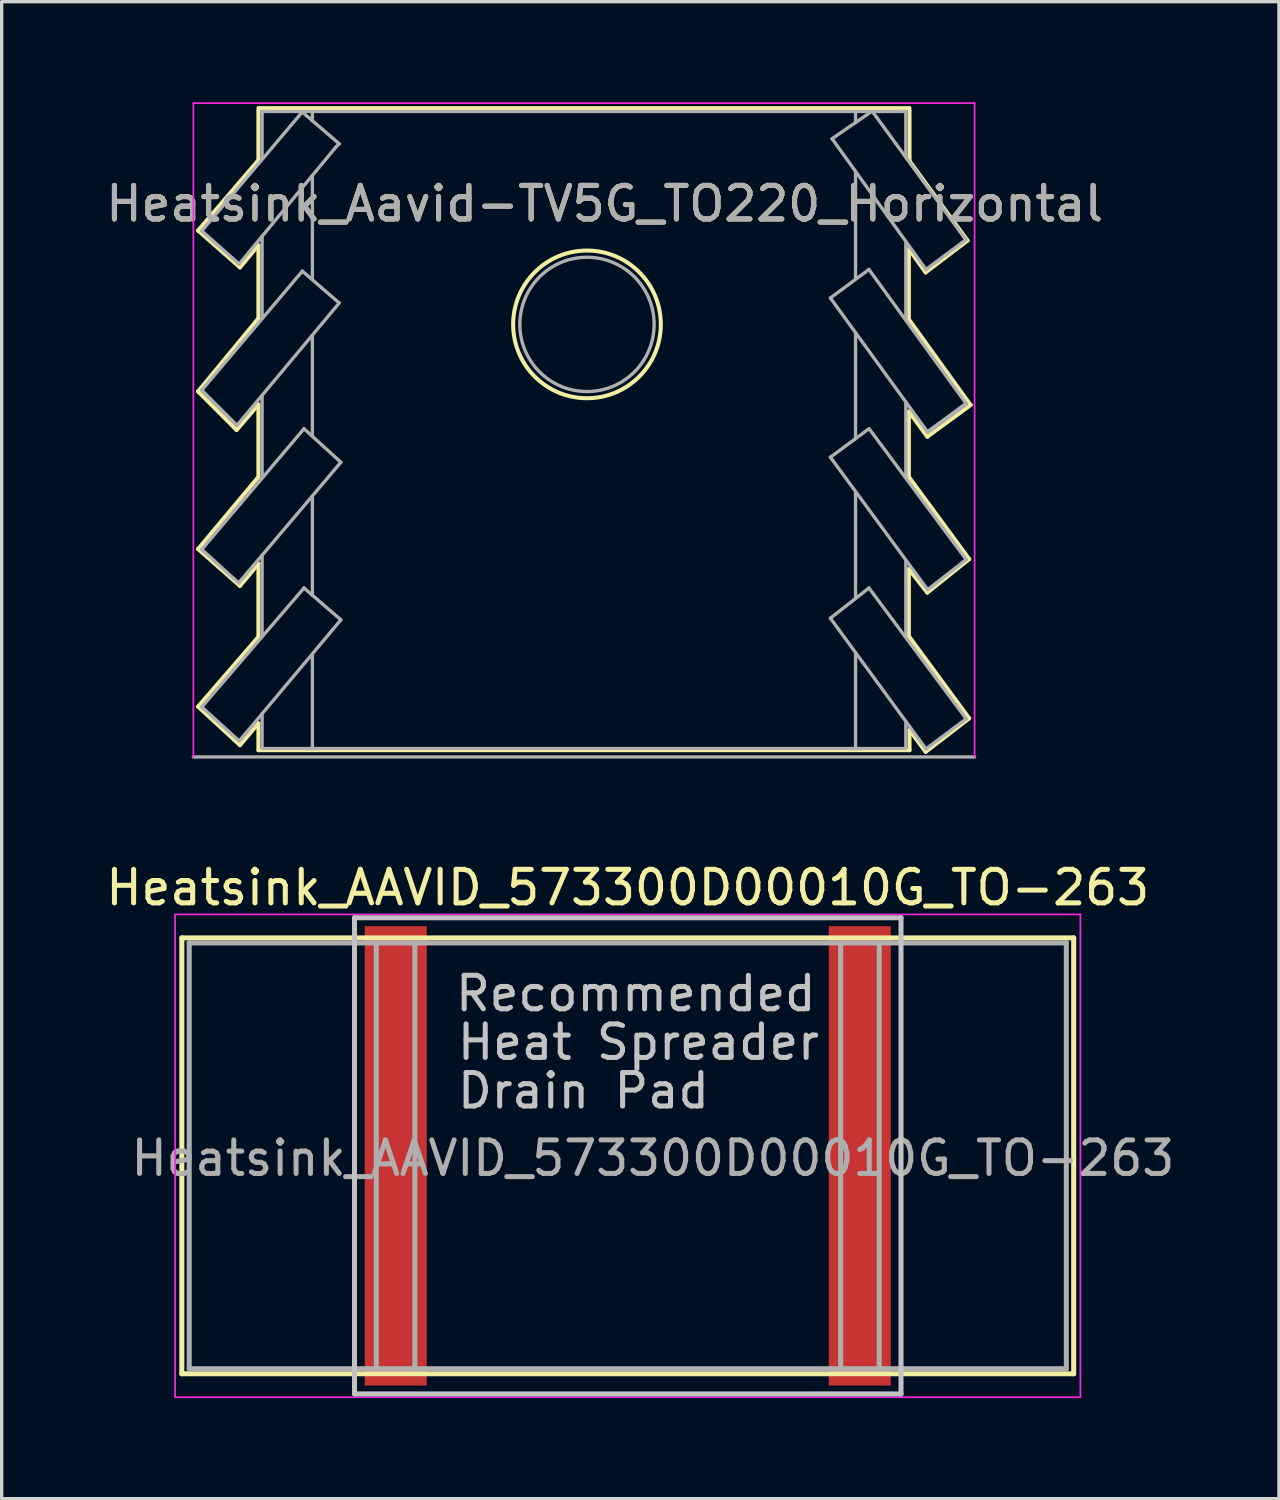
<source format=kicad_pcb>
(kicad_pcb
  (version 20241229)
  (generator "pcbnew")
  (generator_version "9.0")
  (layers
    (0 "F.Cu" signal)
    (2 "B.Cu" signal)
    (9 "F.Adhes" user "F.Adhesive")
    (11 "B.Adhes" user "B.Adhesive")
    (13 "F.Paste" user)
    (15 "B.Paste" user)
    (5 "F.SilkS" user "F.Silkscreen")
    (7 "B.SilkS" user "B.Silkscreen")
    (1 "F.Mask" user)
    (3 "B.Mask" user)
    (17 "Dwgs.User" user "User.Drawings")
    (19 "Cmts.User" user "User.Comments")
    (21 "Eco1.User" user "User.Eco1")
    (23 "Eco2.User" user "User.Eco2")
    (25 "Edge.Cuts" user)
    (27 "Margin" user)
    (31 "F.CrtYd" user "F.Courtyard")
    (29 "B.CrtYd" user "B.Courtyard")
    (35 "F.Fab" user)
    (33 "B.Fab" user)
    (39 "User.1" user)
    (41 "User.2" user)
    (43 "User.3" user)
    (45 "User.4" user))
  (footprint "Heatsink_Aavid-TV5G_TO220_Horizontal"
    (layer "F.Cu")
    (at 14.367 6.625)
    (property "Reference" "Heatsink_Aavid-TV5G_TO220_Horizontal" (at 0.615 -3.6 0) (layer "F.SilkS") (effects (font (size 1 1) (thickness 0.15))))
    (attr through_hole)
    (fp_line (start -11.51 -2.8) (end -9.7 -4.91) (stroke (width 0.12) (type solid)) (layer "F.SilkS"))
    (fp_line (start -11.51 2) (end -9.71 -0.18) (stroke (width 0.12) (type solid)) (layer "F.SilkS"))
    (fp_line (start -11.51 6.7) (end -9.71 4.55) (stroke (width 0.12) (type solid)) (layer "F.SilkS"))
    (fp_line (start -11.51 11.4) (end -9.71 9.32) (stroke (width 0.12) (type solid)) (layer "F.SilkS"))
    (fp_line (start -10.36 3.15) (end -11.51 2) (stroke (width 0.12) (type solid)) (layer "F.SilkS"))
    (fp_line (start -10.26 -1.7) (end -11.51 -2.8) (stroke (width 0.12) (type solid)) (layer "F.SilkS"))
    (fp_line (start -10.26 7.8) (end -11.51 6.7) (stroke (width 0.12) (type solid)) (layer "F.SilkS"))
    (fp_line (start -10.26 12.55) (end -11.51 11.4) (stroke (width 0.12) (type solid)) (layer "F.SilkS"))
    (fp_line (start -9.71 -4.94) (end -9.71 -6.45) (stroke (width 0.12) (type solid)) (layer "F.SilkS"))
    (fp_line (start -9.71 -2.36) (end -10.26 -1.7) (stroke (width 0.12) (type solid)) (layer "F.SilkS"))
    (fp_line (start -9.71 -0.19) (end -9.71 -2.35) (stroke (width 0.12) (type solid)) (layer "F.SilkS"))
    (fp_line (start -9.71 2.39) (end -10.36 3.15) (stroke (width 0.12) (type solid)) (layer "F.SilkS"))
    (fp_line (start -9.71 4.54) (end -9.71 2.39) (stroke (width 0.12) (type solid)) (layer "F.SilkS"))
    (fp_line (start -9.71 7.14) (end -10.26 7.8) (stroke (width 0.12) (type solid)) (layer "F.SilkS"))
    (fp_line (start -9.71 9.32) (end -9.71 7.15) (stroke (width 0.12) (type solid)) (layer "F.SilkS"))
    (fp_line (start -9.71 11.9) (end -10.26 12.55) (stroke (width 0.12) (type solid)) (layer "F.SilkS"))
    (fp_line (start -9.71 12.7) (end -9.71 11.9) (stroke (width 0.12) (type solid)) (layer "F.SilkS"))
    (fp_line (start -9.69 -6.45) (end 9.69 -6.45) (stroke (width 0.12) (type solid)) (layer "F.SilkS"))
    (fp_line (start 9.69 -4.9) (end 11.44 -2.5) (stroke (width 0.12) (type solid)) (layer "F.SilkS"))
    (fp_line (start 9.69 -2.25) (end 9.69 -0.15) (stroke (width 0.12) (type solid)) (layer "F.SilkS"))
    (fp_line (start 9.69 -0.15) (end 11.49 2.35) (stroke (width 0.12) (type solid)) (layer "F.SilkS"))
    (fp_line (start 9.69 2.6) (end 9.69 4.55) (stroke (width 0.12) (type solid)) (layer "F.SilkS"))
    (fp_line (start 9.69 4.55) (end 11.49 7) (stroke (width 0.12) (type solid)) (layer "F.SilkS"))
    (fp_line (start 9.69 7.3) (end 9.69 9.3) (stroke (width 0.12) (type solid)) (layer "F.SilkS"))
    (fp_line (start 9.69 9.3) (end 11.49 11.75) (stroke (width 0.12) (type solid)) (layer "F.SilkS"))
    (fp_line (start 9.71 -6.45) (end 9.71 -4.9) (stroke (width 0.12) (type solid)) (layer "F.SilkS"))
    (fp_line (start 9.71 12.1) (end 9.71 12.7) (stroke (width 0.12) (type solid)) (layer "F.SilkS"))
    (fp_line (start 9.71 12.7) (end -9.71 12.7) (stroke (width 0.12) (type solid)) (layer "F.SilkS"))
    (fp_line (start 10.19 -1.55) (end 9.69 -2.25) (stroke (width 0.12) (type solid)) (layer "F.SilkS"))
    (fp_line (start 10.19 12.75) (end 9.71 12.1) (stroke (width 0.12) (type solid)) (layer "F.SilkS"))
    (fp_line (start 10.24 3.35) (end 9.69 2.6) (stroke (width 0.12) (type solid)) (layer "F.SilkS"))
    (fp_line (start 10.24 8) (end 9.69 7.3) (stroke (width 0.12) (type solid)) (layer "F.SilkS"))
    (fp_line (start 11.44 -2.5) (end 10.19 -1.55) (stroke (width 0.12) (type solid)) (layer "F.SilkS"))
    (fp_line (start 11.49 7) (end 10.24 8) (stroke (width 0.12) (type solid)) (layer "F.SilkS"))
    (fp_line (start 11.49 11.75) (end 10.19 12.75) (stroke (width 0.12) (type solid)) (layer "F.SilkS"))
    (fp_line (start 11.54 2.4) (end 10.24 3.35) (stroke (width 0.12) (type solid)) (layer "F.SilkS"))
    (fp_circle (center 0.09 0) (end 2.29 -0.1) (stroke (width 0.12) (type solid)) (fill no) (layer "F.SilkS"))
    (fp_line (start -11.65 -6.6) (end -11.65 12.9) (stroke (width 0.05) (type solid)) (layer "F.CrtYd"))
    (fp_line (start 11.65 -6.6) (end -11.65 -6.6) (stroke (width 0.05) (type solid)) (layer "F.CrtYd"))
    (fp_line (start 11.65 12.9) (end 11.65 -6.6) (stroke (width 0.05) (type solid)) (layer "F.CrtYd"))
    (fp_line (start -11.65 12.9) (end 11.65 12.9) (stroke (width 0.1) (type solid)) (layer "F.Fab"))
    (fp_line (start -11.4 -2.788) (end -10.285 -1.8) (stroke (width 0.1) (type solid)) (layer "F.Fab"))
    (fp_line (start -11.4 1.962) (end -10.35 3.012) (stroke (width 0.1) (type solid)) (layer "F.Fab"))
    (fp_line (start -11.4 1.962) (end -8.4 -1.588) (stroke (width 0.1) (type solid)) (layer "F.Fab"))
    (fp_line (start -11.4 6.712) (end -8.35 3.112) (stroke (width 0.1) (type solid)) (layer "F.Fab"))
    (fp_line (start -11.4 11.412) (end -10.285 12.425) (stroke (width 0.1) (type solid)) (layer "F.Fab"))
    (fp_line (start -11.4 11.412) (end -8.35 7.862) (stroke (width 0.1) (type solid)) (layer "F.Fab"))
    (fp_line (start -10.35 3.012) (end -7.3 -0.638) (stroke (width 0.1) (type solid)) (layer "F.Fab"))
    (fp_line (start -10.3 7.712) (end -11.4 6.712) (stroke (width 0.1) (type solid)) (layer "F.Fab"))
    (fp_line (start -10.285 -1.8) (end -7.4 -5.288) (stroke (width 0.1) (type solid)) (layer "F.Fab"))
    (fp_line (start -9.6 -6.35) (end -9.6 -4.95) (stroke (width 0.1) (type solid)) (layer "F.Fab"))
    (fp_line (start -9.6 -2.63) (end -9.6 -0.18) (stroke (width 0.1) (type solid)) (layer "F.Fab"))
    (fp_line (start -9.6 2.13) (end -9.6 4.56) (stroke (width 0.1) (type solid)) (layer "F.Fab"))
    (fp_line (start -9.6 6.88) (end -9.6 9.3) (stroke (width 0.1) (type solid)) (layer "F.Fab"))
    (fp_line (start -9.6 11.61) (end -9.6 12.65) (stroke (width 0.1) (type solid)) (layer "F.Fab"))
    (fp_line (start -9.6 12.65) (end 9.6 12.65) (stroke (width 0.1) (type solid)) (layer "F.Fab"))
    (fp_line (start -8.4 -6.338) (end -11.4 -2.788) (stroke (width 0.1) (type solid)) (layer "F.Fab"))
    (fp_line (start -8.35 -6.288) (end -7.3 -5.388) (stroke (width 0.1) (type solid)) (layer "F.Fab"))
    (fp_line (start -8.35 3.112) (end -7.25 4.112) (stroke (width 0.1) (type solid)) (layer "F.Fab"))
    (fp_line (start -8.35 7.862) (end -7.25 8.812) (stroke (width 0.1) (type solid)) (layer "F.Fab"))
    (fp_line (start -8.1 -6.338) (end -8.1 -6.07) (stroke (width 0.1) (type solid)) (layer "F.Fab"))
    (fp_line (start -8.1 -4.44) (end -8.1 -1.35) (stroke (width 0.1) (type solid)) (layer "F.Fab"))
    (fp_line (start -8.1 0.34) (end -8.1 3.33) (stroke (width 0.1) (type solid)) (layer "F.Fab"))
    (fp_line (start -8.1 5.13) (end -8.1 8.08) (stroke (width 0.1) (type solid)) (layer "F.Fab"))
    (fp_line (start -8.1 9.86) (end -8.1 12.65) (stroke (width 0.1) (type solid)) (layer "F.Fab"))
    (fp_line (start -7.3 -5.388) (end -7.4 -5.288) (stroke (width 0.1) (type solid)) (layer "F.Fab"))
    (fp_line (start -7.3 -0.638) (end -8.4 -1.588) (stroke (width 0.1) (type solid)) (layer "F.Fab"))
    (fp_line (start -7.25 4.112) (end -10.3 7.712) (stroke (width 0.1) (type solid)) (layer "F.Fab"))
    (fp_line (start -7.25 8.812) (end -10.26 12.4) (stroke (width 0.1) (type solid)) (layer "F.Fab"))
    (fp_line (start 7.35 -0.788) (end 8.5 -1.638) (stroke (width 0.1) (type solid)) (layer "F.Fab"))
    (fp_line (start 7.35 3.962) (end 8.5 3.112) (stroke (width 0.1) (type solid)) (layer "F.Fab"))
    (fp_line (start 7.35 8.762) (end 10.2 12.662) (stroke (width 0.1) (type solid)) (layer "F.Fab"))
    (fp_line (start 7.4 -5.538) (end 10.2 -1.638) (stroke (width 0.1) (type solid)) (layer "F.Fab"))
    (fp_line (start 8.1 -6.35) (end 8.1 -6.03) (stroke (width 0.1) (type solid)) (layer "F.Fab"))
    (fp_line (start 8.1 -4.538) (end 8.1 -1.388) (stroke (width 0.1) (type solid)) (layer "F.Fab"))
    (fp_line (start 8.1 0.262) (end 8.1 3.412) (stroke (width 0.1) (type solid)) (layer "F.Fab"))
    (fp_line (start 8.1 5.012) (end 8.1 8.162) (stroke (width 0.1) (type solid)) (layer "F.Fab"))
    (fp_line (start 8.1 9.812) (end 8.1 12.612) (stroke (width 0.1) (type solid)) (layer "F.Fab"))
    (fp_line (start 8.5 -1.638) (end 11.4 2.362) (stroke (width 0.1) (type solid)) (layer "F.Fab"))
    (fp_line (start 8.5 7.862) (end 7.35 8.762) (stroke (width 0.1) (type solid)) (layer "F.Fab"))
    (fp_line (start 8.515 3.125) (end 11.4 7.012) (stroke (width 0.1) (type solid)) (layer "F.Fab"))
    (fp_line (start 8.55 -6.33) (end 7.4 -5.538) (stroke (width 0.1) (type solid)) (layer "F.Fab"))
    (fp_line (start 9.6 -6.35) (end -9.6 -6.35) (stroke (width 0.1) (type solid)) (layer "F.Fab"))
    (fp_line (start 9.6 -6.338) (end 9.6 -4.98) (stroke (width 0.1) (type solid)) (layer "F.Fab"))
    (fp_line (start 9.6 -2.438) (end 9.6 -0.138) (stroke (width 0.1) (type solid)) (layer "F.Fab"))
    (fp_line (start 9.6 2.312) (end 9.6 4.562) (stroke (width 0.1) (type solid)) (layer "F.Fab"))
    (fp_line (start 9.6 7.062) (end 9.6 9.312) (stroke (width 0.1) (type solid)) (layer "F.Fab"))
    (fp_line (start 9.6 11.862) (end 9.6 12.612) (stroke (width 0.1) (type solid)) (layer "F.Fab"))
    (fp_line (start 10.2 -1.638) (end 11.39 -2.525) (stroke (width 0.1) (type solid)) (layer "F.Fab"))
    (fp_line (start 10.2 12.662) (end 11.4 11.762) (stroke (width 0.1) (type solid)) (layer "F.Fab"))
    (fp_line (start 10.25 3.212) (end 7.35 -0.788) (stroke (width 0.1) (type solid)) (layer "F.Fab"))
    (fp_line (start 10.25 7.912) (end 7.35 3.962) (stroke (width 0.1) (type solid)) (layer "F.Fab"))
    (fp_line (start 11.39 -2.525) (end 8.61 -6.34) (stroke (width 0.1) (type solid)) (layer "F.Fab"))
    (fp_line (start 11.39 2.375) (end 10.25 3.212) (stroke (width 0.12) (type solid)) (layer "F.Fab"))
    (fp_line (start 11.4 7.012) (end 10.25 7.912) (stroke (width 0.1) (type solid)) (layer "F.Fab"))
    (fp_line (start 11.4 11.762) (end 8.5 7.862) (stroke (width 0.1) (type solid)) (layer "F.Fab"))
    (fp_circle (center 0.09 0) (end 2.09 0.1) (stroke (width 0.1) (type solid)) (fill no) (layer "F.Fab"))
    (fp_text user "${REFERENCE}" (at 0.615 -3.6 0) (layer "F.Fab") (effects (font (size 1 1) (thickness 0.15)))))
  (footprint "Heatsink_AAVID_573300D00010G_TO-263"
    (layer "F.Cu")
    (at 15.673 31.423)
    (property "Reference" "Heatsink_AAVID_573300D00010G_TO-263" (at 0 -8 0) (layer "F.SilkS") (effects (font (size 1 1) (thickness 0.15))))
    (attr smd)
    (fp_line (start -13.3 -6.5) (end 13.3 -6.5) (stroke (width 0.15) (type solid)) (layer "F.SilkS"))
    (fp_line (start -13.3 6.5) (end -13.3 -6.5) (stroke (width 0.15) (type solid)) (layer "F.SilkS"))
    (fp_line (start -13.3 6.5) (end 13.3 6.5) (stroke (width 0.15) (type solid)) (layer "F.SilkS"))
    (fp_line (start 13.3 -6.5) (end 13.3 6.5) (stroke (width 0.15) (type solid)) (layer "F.SilkS"))
    (fp_line (start -8.15 -7.1) (end 8.15 -7.1) (stroke (width 0.15) (type solid)) (layer "Dwgs.User"))
    (fp_line (start -8.15 7.1) (end -8.15 -7.1) (stroke (width 0.15) (type solid)) (layer "Dwgs.User"))
    (fp_line (start -8.15 7.1) (end 8.15 7.1) (stroke (width 0.15) (type solid)) (layer "Dwgs.User"))
    (fp_line (start 8.15 7.1) (end 8.15 -7.1) (stroke (width 0.15) (type solid)) (layer "Dwgs.User"))
    (fp_line (start -13.5 -7.2) (end -13.5 7.2) (stroke (width 0.05) (type solid)) (layer "F.CrtYd"))
    (fp_line (start -13.5 7.2) (end 13.5 7.2) (stroke (width 0.05) (type solid)) (layer "F.CrtYd"))
    (fp_line (start 13.5 -7.2) (end -13.5 -7.2) (stroke (width 0.05) (type solid)) (layer "F.CrtYd"))
    (fp_line (start 13.5 7.2) (end 13.5 -7.2) (stroke (width 0.05) (type solid)) (layer "F.CrtYd"))
    (fp_line (start -13.08 -6.35) (end 13.08 -6.35) (stroke (width 0.15) (type solid)) (layer "F.Fab"))
    (fp_line (start -13.08 6.35) (end -13.08 -6.35) (stroke (width 0.15) (type solid)) (layer "F.Fab"))
    (fp_line (start -13.08 6.35) (end 13.08 6.35) (stroke (width 0.15) (type solid)) (layer "F.Fab"))
    (fp_line (start -7.5 6.35) (end -7.5 -6.35) (stroke (width 0.15) (type solid)) (layer "F.Fab"))
    (fp_line (start -6.35 6.35) (end -6.35 -6.35) (stroke (width 0.15) (type solid)) (layer "F.Fab"))
    (fp_line (start 6.35 6.35) (end 6.35 -6.35) (stroke (width 0.15) (type solid)) (layer "F.Fab"))
    (fp_line (start 7.5 6.35) (end 7.5 -6.35) (stroke (width 0.15) (type solid)) (layer "F.Fab"))
    (fp_line (start 13.08 -6.35) (end 13.08 6.35) (stroke (width 0.15) (type solid)) (layer "F.Fab"))
    (fp_text user "Recommended" (at 0.24 -4.84 0) (layer "Dwgs.User") (effects (font (size 1 1) (thickness 0.15))))
    (fp_text user "Drain Pad" (at -1.32 -1.94 0) (layer "Dwgs.User") (effects (font (size 1 1) (thickness 0.15))))
    (fp_text user "Heat Spreader" (at 0.32 -3.39 0) (layer "Dwgs.User") (effects (font (size 1 1) (thickness 0.15))))
    (fp_text user "${REFERENCE}" (at 0.75 0.07 0) (layer "F.Fab") (effects (font (size 1 1) (thickness 0.15))))
    (pad "1" smd rect (at -6.92 0) (size 1.85 13.7) (layers "F.Cu" "F.Mask" "F.Paste"))
    (pad "1" smd rect (at 6.92 0) (size 1.85 13.7) (layers "F.Cu" "F.Mask" "F.Paste")))
  (gr_rect
    (start -3 -3)
    (end 35.095 41.648)
    (stroke (width 0.1) (type default))
    (fill no)
    (layer "Edge.Cuts")))
</source>
